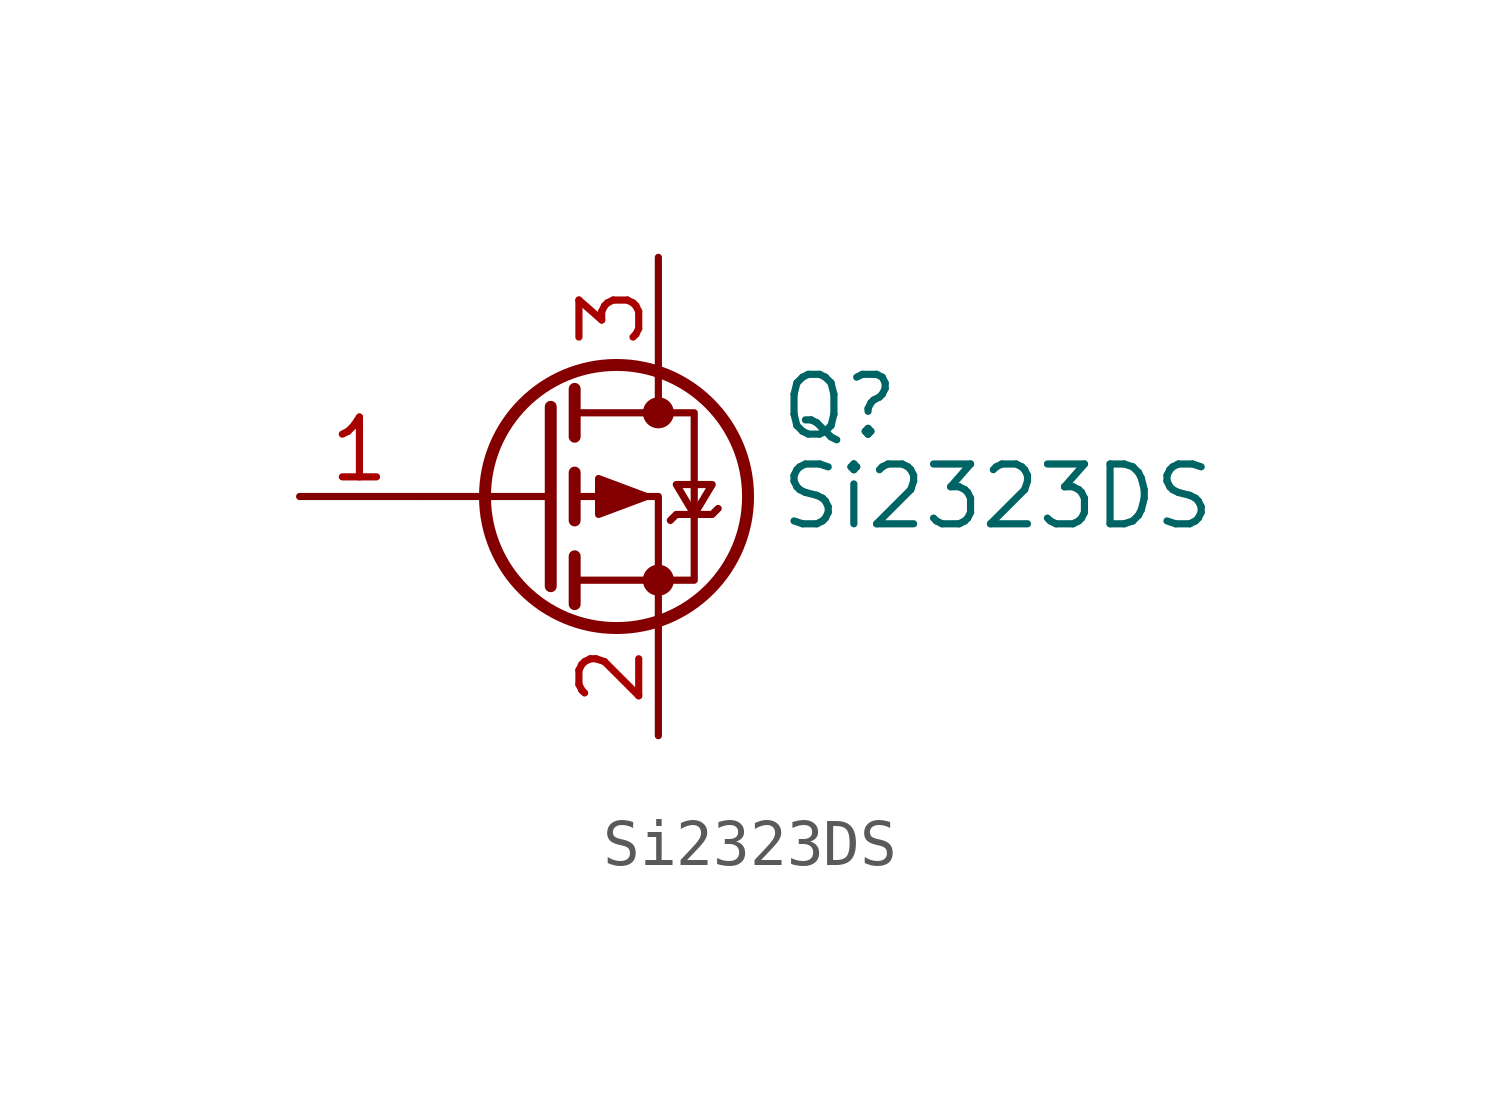
<source format=kicad_sym>
(kicad_symbol_lib
  (version 20220914)
  (generator kicad_symbol_editor)
  (symbol "Si2323DS"
    (pin_names hide)
    (property "Reference" "Q"
      (at 5.08 1.905 0)
      (effects (font (size 1.27 1.27)) (justify left)))
    (property "Value" "Si2323DS"
      (at 5.08 0 0)
      (effects (font (size 1.27 1.27)) (justify left)))
    (symbol "Si2323DS_0_1"
      (polyline (pts (xy 0.254 0) (xy -2.54 0)) (stroke (width 0) (type default)) (fill (type none)))
      (polyline (pts (xy 0.254 1.905) (xy 0.254 -1.905)) (stroke (width 0.254) (type default)) (fill (type none)))
      (polyline (pts (xy 0.762 -1.27) (xy 0.762 -2.286)) (stroke (width 0.254) (type default)) (fill (type none)))
      (polyline (pts (xy 0.762 0.508) (xy 0.762 -0.508)) (stroke (width 0.254) (type default)) (fill (type none)))
      (polyline (pts (xy 0.762 2.286) (xy 0.762 1.27)) (stroke (width 0.254) (type default)) (fill (type none)))
      (polyline (pts (xy 2.54 2.54) (xy 2.54 1.778)) (stroke (width 0) (type default)) (fill (type none)))
      (polyline (pts (xy 2.54 -2.54) (xy 2.54 0) (xy 0.762 0)) (stroke (width 0) (type default)) (fill (type none)))
      (polyline (pts (xy 0.762 1.778) (xy 3.302 1.778) (xy 3.302 -1.778) (xy 0.762 -1.778)) (stroke (width 0) (type default)) (fill (type none)))
      (polyline (pts (xy 2.286 0) (xy 1.27 0.381) (xy 1.27 -0.381) (xy 2.286 0)) (stroke (width 0) (type default)) (fill (type outline)))
      (polyline (pts (xy 2.794 -0.508) (xy 2.921 -0.381) (xy 3.683 -0.381) (xy 3.81 -0.254)) (stroke (width 0) (type default)) (fill (type none)))
      (polyline (pts (xy 3.302 -0.381) (xy 2.921 0.254) (xy 3.683 0.254) (xy 3.302 -0.381)) (stroke (width 0) (type default)) (fill (type none)))
      (circle (center 1.651 0) (radius 2.794) (stroke (width 0.254) (type default)) (fill (type none)))
      (circle (center 2.54 -1.778) (radius 0.254) (stroke (width 0) (type default)) (fill (type outline)))
      (circle (center 2.54 1.778) (radius 0.254) (stroke (width 0) (type default)) (fill (type outline))))
    (symbol "Si2323DS_1_1"
      (pin input line (at -5.08 0 0) (length 2.54) (name "G" (effects (font (size 1.27 1.27)))) (number "1" (effects (font (size 1.27 1.27)))))
      (pin passive line (at 2.54 -5.08 90) (length 2.54) (name "S" (effects (font (size 1.27 1.27)))) (number "2" (effects (font (size 1.27 1.27)))))
      (pin passive line (at 2.54 5.08 270) (length 2.54) (name "D" (effects (font (size 1.27 1.27)))) (number "3" (effects (font (size 1.27 1.27))))))))
</source>
